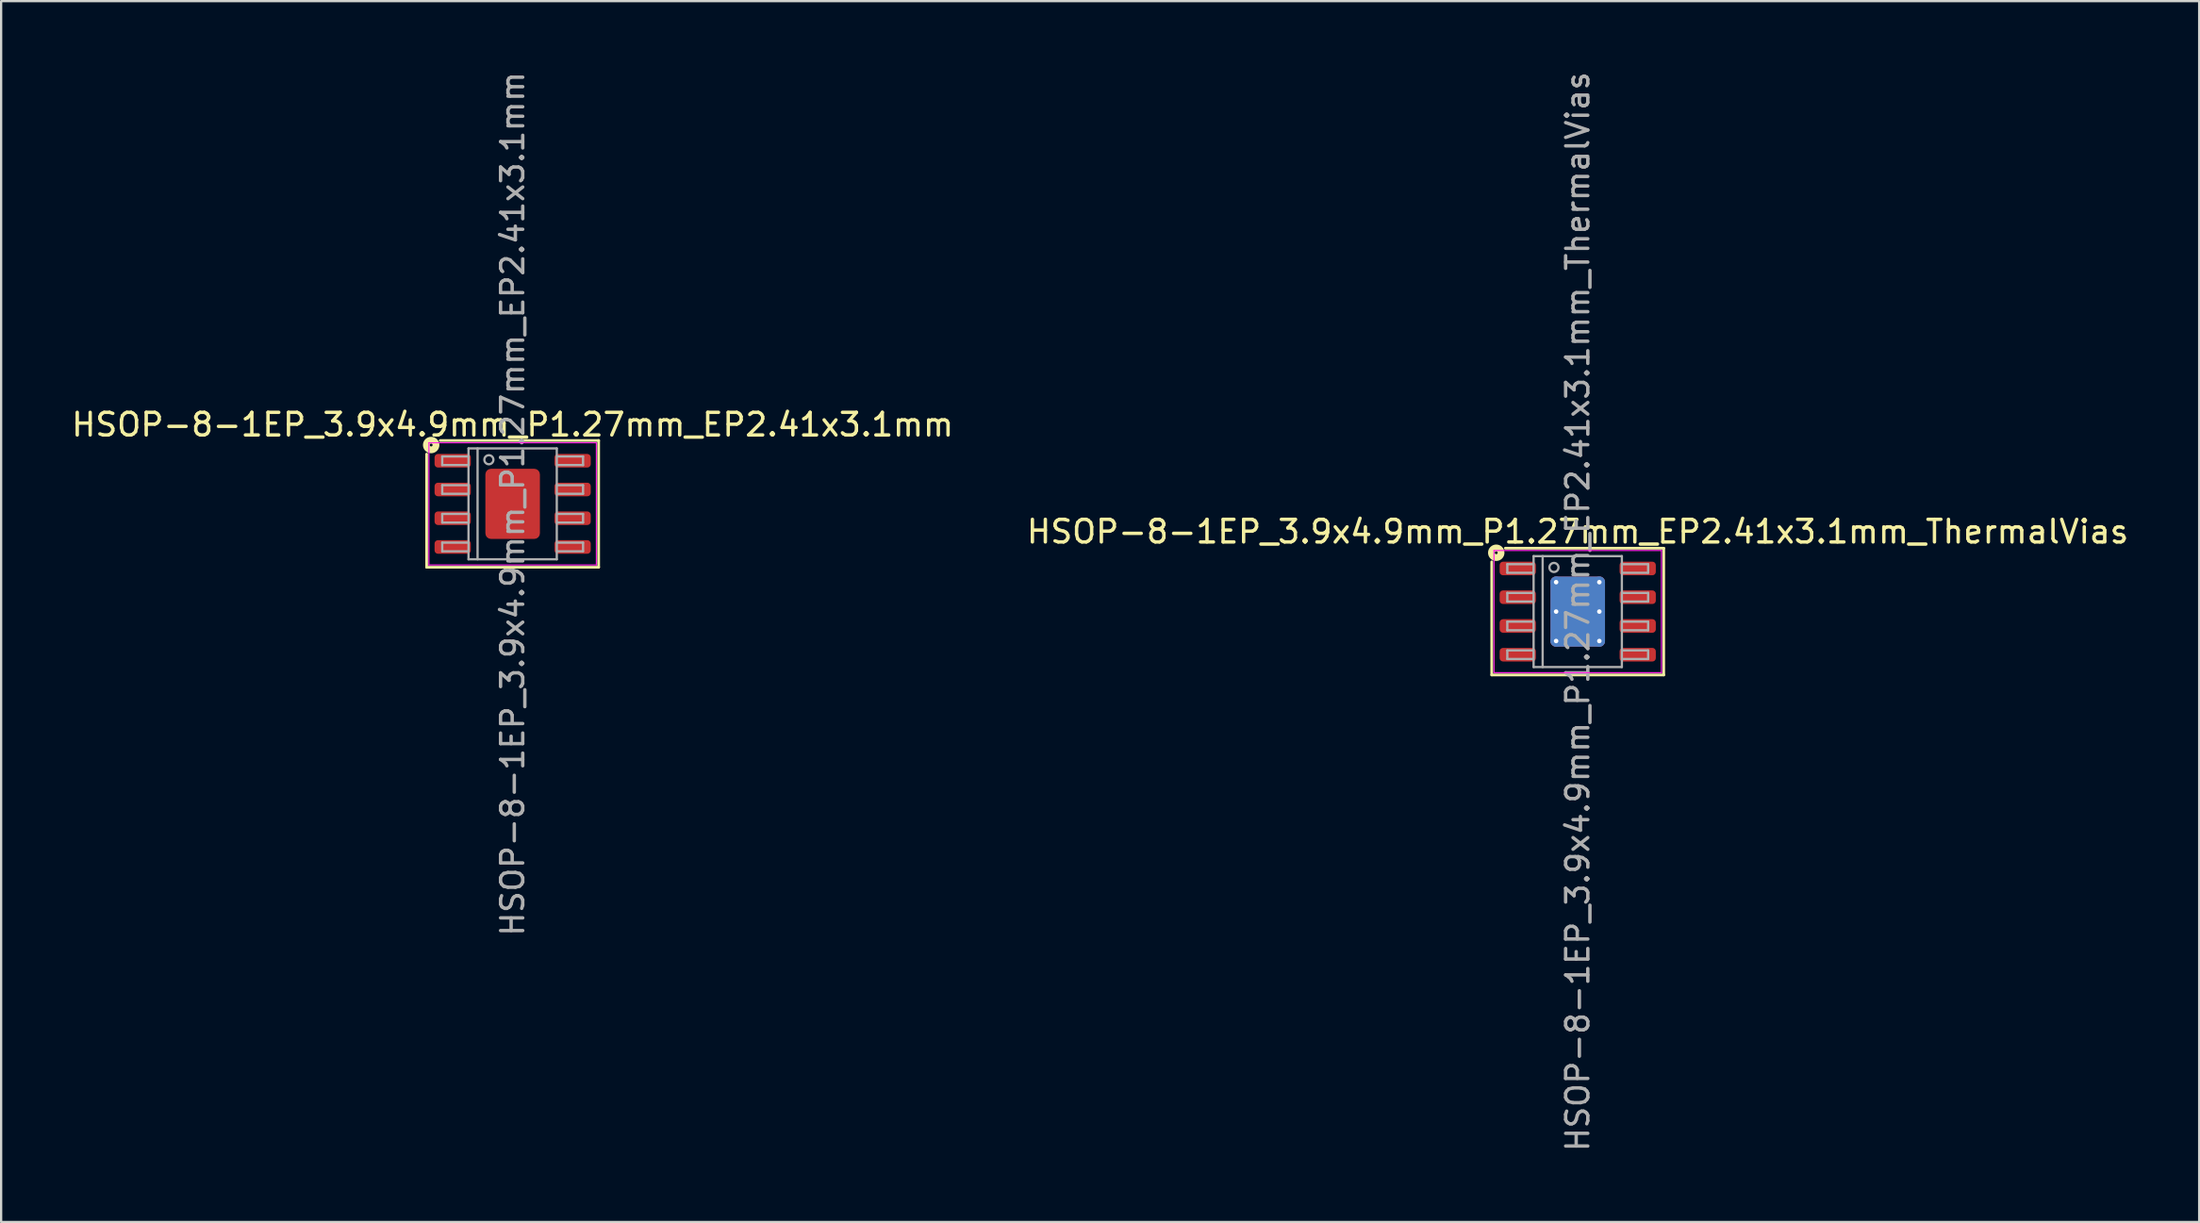
<source format=kicad_pcb>
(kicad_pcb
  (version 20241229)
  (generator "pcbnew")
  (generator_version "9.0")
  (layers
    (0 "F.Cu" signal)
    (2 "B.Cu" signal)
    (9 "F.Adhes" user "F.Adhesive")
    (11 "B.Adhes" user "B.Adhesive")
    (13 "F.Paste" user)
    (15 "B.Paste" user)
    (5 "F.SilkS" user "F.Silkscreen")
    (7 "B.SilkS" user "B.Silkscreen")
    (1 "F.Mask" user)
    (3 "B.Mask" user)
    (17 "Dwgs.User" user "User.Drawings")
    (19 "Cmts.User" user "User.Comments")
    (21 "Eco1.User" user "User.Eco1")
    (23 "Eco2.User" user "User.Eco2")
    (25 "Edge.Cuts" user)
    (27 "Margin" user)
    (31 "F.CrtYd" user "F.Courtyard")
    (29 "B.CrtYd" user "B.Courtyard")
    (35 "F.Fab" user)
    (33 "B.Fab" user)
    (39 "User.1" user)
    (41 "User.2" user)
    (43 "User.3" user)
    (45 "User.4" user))
  (footprint "HSOP-8-1EP_3.9x4.9mm_P1.27mm_EP2.41x3.1mm_ThermalVias"
    (layer "F.Cu")
    (at 66.661 23.974)
    (property "Reference" "HSOP-8-1EP_3.9x4.9mm_P1.27mm_EP2.41x3.1mm_ThermalVias" (at 0 -3.533 0) (layer "F.SilkS") (effects (font (size 1 1) (thickness 0.15))))
    (attr smd)
    (fp_line (start -3.8 2.8) (end -3.8 -2.2) (stroke (width 0.12) (type solid)) (layer "F.SilkS"))
    (fp_line (start -3.2 -2.8) (end 3.8 -2.8) (stroke (width 0.12) (type solid)) (layer "F.SilkS"))
    (fp_line (start 3.8 -2.8) (end 3.8 2.8) (stroke (width 0.12) (type solid)) (layer "F.SilkS"))
    (fp_line (start 3.8 2.8) (end -3.8 2.8) (stroke (width 0.12) (type solid)) (layer "F.SilkS"))
    (fp_circle (center -3.6 -2.6) (end -3.537 -2.6) (stroke (width 0.3) (type solid)) (fill no) (layer "F.SilkS"))
    (fp_line (start -3.7 -2.7) (end -3.7 2.7) (stroke (width 0.05) (type solid)) (layer "F.CrtYd"))
    (fp_line (start -3.7 2.7) (end 3.7 2.7) (stroke (width 0.05) (type solid)) (layer "F.CrtYd"))
    (fp_line (start 3.7 -2.7) (end -3.7 -2.7) (stroke (width 0.05) (type solid)) (layer "F.CrtYd"))
    (fp_line (start 3.7 2.7) (end 3.7 -2.7) (stroke (width 0.05) (type solid)) (layer "F.CrtYd"))
    (fp_line (start -3.111 -2.095) (end -3.111 -1.714) (stroke (width 0.1) (type solid)) (layer "F.Fab"))
    (fp_line (start -3.111 -2.095) (end -1.968 -2.095) (stroke (width 0.1) (type solid)) (layer "F.Fab"))
    (fp_line (start -3.111 -1.714) (end -1.968 -1.714) (stroke (width 0.1) (type solid)) (layer "F.Fab"))
    (fp_line (start -3.111 -0.826) (end -3.111 -0.445) (stroke (width 0.1) (type solid)) (layer "F.Fab"))
    (fp_line (start -3.111 -0.826) (end -1.968 -0.826) (stroke (width 0.1) (type solid)) (layer "F.Fab"))
    (fp_line (start -3.111 -0.445) (end -1.968 -0.445) (stroke (width 0.1) (type solid)) (layer "F.Fab"))
    (fp_line (start -3.111 0.445) (end -3.111 0.826) (stroke (width 0.1) (type solid)) (layer "F.Fab"))
    (fp_line (start -3.111 0.445) (end -1.968 0.445) (stroke (width 0.1) (type solid)) (layer "F.Fab"))
    (fp_line (start -3.111 0.826) (end -1.968 0.826) (stroke (width 0.1) (type solid)) (layer "F.Fab"))
    (fp_line (start -3.111 1.714) (end -3.111 2.095) (stroke (width 0.1) (type solid)) (layer "F.Fab"))
    (fp_line (start -3.111 1.714) (end -1.968 1.714) (stroke (width 0.1) (type solid)) (layer "F.Fab"))
    (fp_line (start -3.111 2.095) (end -1.968 2.095) (stroke (width 0.1) (type solid)) (layer "F.Fab"))
    (fp_line (start -1.95 -2.45) (end 1.95 -2.45) (stroke (width 0.1) (type solid)) (layer "F.Fab"))
    (fp_line (start -1.95 2.45) (end -1.95 -2.45) (stroke (width 0.1) (type solid)) (layer "F.Fab"))
    (fp_line (start -1.55 -2.45) (end -1.55 2.45) (stroke (width 0.1) (type solid)) (layer "F.Fab"))
    (fp_line (start 1.95 -2.45) (end 1.95 2.45) (stroke (width 0.1) (type solid)) (layer "F.Fab"))
    (fp_line (start 1.95 2.45) (end -1.95 2.45) (stroke (width 0.1) (type solid)) (layer "F.Fab"))
    (fp_line (start 3.111 -2.095) (end 1.968 -2.095) (stroke (width 0.1) (type solid)) (layer "F.Fab"))
    (fp_line (start 3.111 -1.714) (end 1.968 -1.714) (stroke (width 0.1) (type solid)) (layer "F.Fab"))
    (fp_line (start 3.111 -1.714) (end 3.111 -2.095) (stroke (width 0.1) (type solid)) (layer "F.Fab"))
    (fp_line (start 3.111 -0.826) (end 1.968 -0.826) (stroke (width 0.1) (type solid)) (layer "F.Fab"))
    (fp_line (start 3.111 -0.445) (end 1.968 -0.445) (stroke (width 0.1) (type solid)) (layer "F.Fab"))
    (fp_line (start 3.111 -0.445) (end 3.111 -0.826) (stroke (width 0.1) (type solid)) (layer "F.Fab"))
    (fp_line (start 3.111 0.445) (end 1.968 0.445) (stroke (width 0.1) (type solid)) (layer "F.Fab"))
    (fp_line (start 3.111 0.826) (end 1.968 0.826) (stroke (width 0.1) (type solid)) (layer "F.Fab"))
    (fp_line (start 3.111 0.826) (end 3.111 0.445) (stroke (width 0.1) (type solid)) (layer "F.Fab"))
    (fp_line (start 3.111 1.714) (end 1.968 1.714) (stroke (width 0.1) (type solid)) (layer "F.Fab"))
    (fp_line (start 3.111 2.095) (end 1.968 2.095) (stroke (width 0.1) (type solid)) (layer "F.Fab"))
    (fp_line (start 3.111 2.095) (end 3.111 1.714) (stroke (width 0.1) (type solid)) (layer "F.Fab"))
    (fp_circle (center -1.05 -1.95) (end -0.85 -1.95) (stroke (width 0.1) (type solid)) (fill no) (layer "F.Fab"))
    (fp_text user "${REFERENCE}" (at 0 0 90) (layer "F.Fab") (effects (font (size 0.98 0.98) (thickness 0.15))))
    (pad "" smd roundrect (at -0.6 -0.775) (size 0.97 1.25) (layers "F.Paste") (roundrect_rratio 0.25))
    (pad "" smd roundrect (at -0.6 0.775) (size 0.97 1.25) (layers "F.Paste") (roundrect_rratio 0.25))
    (pad "" smd roundrect (at 0.6 -0.775) (size 0.97 1.25) (layers "F.Paste") (roundrect_rratio 0.25))
    (pad "" smd roundrect (at 0.6 0.775) (size 0.97 1.25) (layers "F.Paste") (roundrect_rratio 0.25))
    (pad "1" smd roundrect (at -2.65 -1.905) (size 1.6 0.6) (layers "F.Cu" "F.Mask" "F.Paste") (roundrect_rratio 0.25))
    (pad "2" smd roundrect (at -2.65 -0.635) (size 1.6 0.6) (layers "F.Cu" "F.Mask" "F.Paste") (roundrect_rratio 0.25))
    (pad "3" smd roundrect (at -2.65 0.635) (size 1.6 0.6) (layers "F.Cu" "F.Mask" "F.Paste") (roundrect_rratio 0.25))
    (pad "4" smd roundrect (at -2.65 1.905) (size 1.6 0.6) (layers "F.Cu" "F.Mask" "F.Paste") (roundrect_rratio 0.25))
    (pad "5" smd roundrect (at 2.65 1.905) (size 1.6 0.6) (layers "F.Cu" "F.Mask" "F.Paste") (roundrect_rratio 0.25))
    (pad "6" smd roundrect (at 2.65 0.635) (size 1.6 0.6) (layers "F.Cu" "F.Mask" "F.Paste") (roundrect_rratio 0.25))
    (pad "7" smd roundrect (at 2.65 -0.635) (size 1.6 0.6) (layers "F.Cu" "F.Mask" "F.Paste") (roundrect_rratio 0.25))
    (pad "8" smd roundrect (at 2.65 -1.905) (size 1.6 0.6) (layers "F.Cu" "F.Mask" "F.Paste") (roundrect_rratio 0.25))
    (pad "9" thru_hole circle (at -0.955 -1.3) (size 0.5 0.5) (drill 0.2) (property pad_prop_heatsink) (layers "*.Cu"))
    (pad "9" thru_hole circle (at -0.955 0) (size 0.5 0.5) (drill 0.2) (property pad_prop_heatsink) (layers "*.Cu"))
    (pad "9" thru_hole circle (at -0.955 1.3) (size 0.5 0.5) (drill 0.2) (property pad_prop_heatsink) (layers "*.Cu"))
    (pad "9" smd roundrect (at 0 0) (size 2.41 3.1) (layers "F.Cu" "F.Mask") (roundrect_rratio 0.104))
    (pad "9" smd roundrect (at 0 0) (size 2.41 3.1) (layers "B.Cu" "B.Mask") (roundrect_rratio 0.104))
    (pad "9" thru_hole circle (at 0.955 -1.3) (size 0.5 0.5) (drill 0.2) (property pad_prop_heatsink) (layers "*.Cu"))
    (pad "9" thru_hole circle (at 0.955 0) (size 0.5 0.5) (drill 0.2) (property pad_prop_heatsink) (layers "*.Cu"))
    (pad "9" thru_hole circle (at 0.955 1.3) (size 0.5 0.5) (drill 0.2) (property pad_prop_heatsink) (layers "*.Cu")))
  (footprint "HSOP-8-1EP_3.9x4.9mm_P1.27mm_EP2.41x3.1mm"
    (layer "F.Cu")
    (at 19.601 19.214)
    (property "Reference" "HSOP-8-1EP_3.9x4.9mm_P1.27mm_EP2.41x3.1mm" (at 0 -3.5 0) (layer "F.SilkS") (effects (font (size 1 1) (thickness 0.15))))
    (attr smd)
    (fp_line (start -3.8 2.8) (end -3.8 -2.2) (stroke (width 0.12) (type solid)) (layer "F.SilkS"))
    (fp_line (start -3.2 -2.8) (end 3.8 -2.8) (stroke (width 0.12) (type solid)) (layer "F.SilkS"))
    (fp_line (start 3.8 -2.8) (end 3.8 2.8) (stroke (width 0.12) (type solid)) (layer "F.SilkS"))
    (fp_line (start 3.8 2.8) (end -3.8 2.8) (stroke (width 0.12) (type solid)) (layer "F.SilkS"))
    (fp_circle (center -3.6 -2.6) (end -3.537 -2.6) (stroke (width 0.3) (type solid)) (fill no) (layer "F.SilkS"))
    (fp_line (start -3.7 -2.7) (end -3.7 2.7) (stroke (width 0.05) (type solid)) (layer "F.CrtYd"))
    (fp_line (start -3.7 2.7) (end 3.7 2.7) (stroke (width 0.05) (type solid)) (layer "F.CrtYd"))
    (fp_line (start 3.7 -2.7) (end -3.7 -2.7) (stroke (width 0.05) (type solid)) (layer "F.CrtYd"))
    (fp_line (start 3.7 2.7) (end 3.7 -2.7) (stroke (width 0.05) (type solid)) (layer "F.CrtYd"))
    (fp_line (start -3.111 -2.095) (end -3.111 -1.714) (stroke (width 0.1) (type solid)) (layer "F.Fab"))
    (fp_line (start -3.111 -2.095) (end -1.968 -2.095) (stroke (width 0.1) (type solid)) (layer "F.Fab"))
    (fp_line (start -3.111 -1.714) (end -1.968 -1.714) (stroke (width 0.1) (type solid)) (layer "F.Fab"))
    (fp_line (start -3.111 -0.826) (end -3.111 -0.445) (stroke (width 0.1) (type solid)) (layer "F.Fab"))
    (fp_line (start -3.111 -0.826) (end -1.968 -0.826) (stroke (width 0.1) (type solid)) (layer "F.Fab"))
    (fp_line (start -3.111 -0.445) (end -1.968 -0.445) (stroke (width 0.1) (type solid)) (layer "F.Fab"))
    (fp_line (start -3.111 0.445) (end -3.111 0.826) (stroke (width 0.1) (type solid)) (layer "F.Fab"))
    (fp_line (start -3.111 0.445) (end -1.968 0.445) (stroke (width 0.1) (type solid)) (layer "F.Fab"))
    (fp_line (start -3.111 0.826) (end -1.968 0.826) (stroke (width 0.1) (type solid)) (layer "F.Fab"))
    (fp_line (start -3.111 1.714) (end -3.111 2.095) (stroke (width 0.1) (type solid)) (layer "F.Fab"))
    (fp_line (start -3.111 1.714) (end -1.968 1.714) (stroke (width 0.1) (type solid)) (layer "F.Fab"))
    (fp_line (start -3.111 2.095) (end -1.968 2.095) (stroke (width 0.1) (type solid)) (layer "F.Fab"))
    (fp_line (start -1.95 -2.45) (end 1.95 -2.45) (stroke (width 0.1) (type solid)) (layer "F.Fab"))
    (fp_line (start -1.95 2.45) (end -1.95 -2.45) (stroke (width 0.1) (type solid)) (layer "F.Fab"))
    (fp_line (start -1.55 -2.45) (end -1.55 2.45) (stroke (width 0.1) (type solid)) (layer "F.Fab"))
    (fp_line (start 1.95 -2.45) (end 1.95 2.45) (stroke (width 0.1) (type solid)) (layer "F.Fab"))
    (fp_line (start 1.95 2.45) (end -1.95 2.45) (stroke (width 0.1) (type solid)) (layer "F.Fab"))
    (fp_line (start 3.111 -2.095) (end 1.968 -2.095) (stroke (width 0.1) (type solid)) (layer "F.Fab"))
    (fp_line (start 3.111 -1.714) (end 1.968 -1.714) (stroke (width 0.1) (type solid)) (layer "F.Fab"))
    (fp_line (start 3.111 -1.714) (end 3.111 -2.095) (stroke (width 0.1) (type solid)) (layer "F.Fab"))
    (fp_line (start 3.111 -0.826) (end 1.968 -0.826) (stroke (width 0.1) (type solid)) (layer "F.Fab"))
    (fp_line (start 3.111 -0.445) (end 1.968 -0.445) (stroke (width 0.1) (type solid)) (layer "F.Fab"))
    (fp_line (start 3.111 -0.445) (end 3.111 -0.826) (stroke (width 0.1) (type solid)) (layer "F.Fab"))
    (fp_line (start 3.111 0.445) (end 1.968 0.445) (stroke (width 0.1) (type solid)) (layer "F.Fab"))
    (fp_line (start 3.111 0.826) (end 1.968 0.826) (stroke (width 0.1) (type solid)) (layer "F.Fab"))
    (fp_line (start 3.111 0.826) (end 3.111 0.445) (stroke (width 0.1) (type solid)) (layer "F.Fab"))
    (fp_line (start 3.111 1.714) (end 1.968 1.714) (stroke (width 0.1) (type solid)) (layer "F.Fab"))
    (fp_line (start 3.111 2.095) (end 1.968 2.095) (stroke (width 0.1) (type solid)) (layer "F.Fab"))
    (fp_line (start 3.111 2.095) (end 3.111 1.714) (stroke (width 0.1) (type solid)) (layer "F.Fab"))
    (fp_circle (center -1.05 -1.95) (end -0.85 -1.95) (stroke (width 0.1) (type solid)) (fill no) (layer "F.Fab"))
    (fp_text user "${REFERENCE}" (at 0 0 90) (layer "F.Fab") (effects (font (size 0.98 0.98) (thickness 0.15))))
    (pad "" smd roundrect (at -0.6 -0.775) (size 0.97 1.25) (layers "F.Paste") (roundrect_rratio 0.25))
    (pad "" smd roundrect (at -0.6 0.775) (size 0.97 1.25) (layers "F.Paste") (roundrect_rratio 0.25))
    (pad "" smd roundrect (at 0.6 -0.775) (size 0.97 1.25) (layers "F.Paste") (roundrect_rratio 0.25))
    (pad "" smd roundrect (at 0.6 0.775) (size 0.97 1.25) (layers "F.Paste") (roundrect_rratio 0.25))
    (pad "1" smd roundrect (at -2.65 -1.905) (size 1.6 0.6) (layers "F.Cu" "F.Mask" "F.Paste") (roundrect_rratio 0.25))
    (pad "2" smd roundrect (at -2.65 -0.635) (size 1.6 0.6) (layers "F.Cu" "F.Mask" "F.Paste") (roundrect_rratio 0.25))
    (pad "3" smd roundrect (at -2.65 0.635) (size 1.6 0.6) (layers "F.Cu" "F.Mask" "F.Paste") (roundrect_rratio 0.25))
    (pad "4" smd roundrect (at -2.65 1.905) (size 1.6 0.6) (layers "F.Cu" "F.Mask" "F.Paste") (roundrect_rratio 0.25))
    (pad "5" smd roundrect (at 2.65 1.905) (size 1.6 0.6) (layers "F.Cu" "F.Mask" "F.Paste") (roundrect_rratio 0.25))
    (pad "6" smd roundrect (at 2.65 0.635) (size 1.6 0.6) (layers "F.Cu" "F.Mask" "F.Paste") (roundrect_rratio 0.25))
    (pad "7" smd roundrect (at 2.65 -0.635) (size 1.6 0.6) (layers "F.Cu" "F.Mask" "F.Paste") (roundrect_rratio 0.25))
    (pad "8" smd roundrect (at 2.65 -1.905) (size 1.6 0.6) (layers "F.Cu" "F.Mask" "F.Paste") (roundrect_rratio 0.25))
    (pad "9" smd roundrect (at 0 0) (size 2.41 3.1) (layers "F.Cu" "F.Mask") (roundrect_rratio 0.104)))
  (gr_rect
    (start -3 -3)
    (end 94.119 50.947)
    (stroke (width 0.1) (type default))
    (fill no)
    (layer "Edge.Cuts")))
</source>
